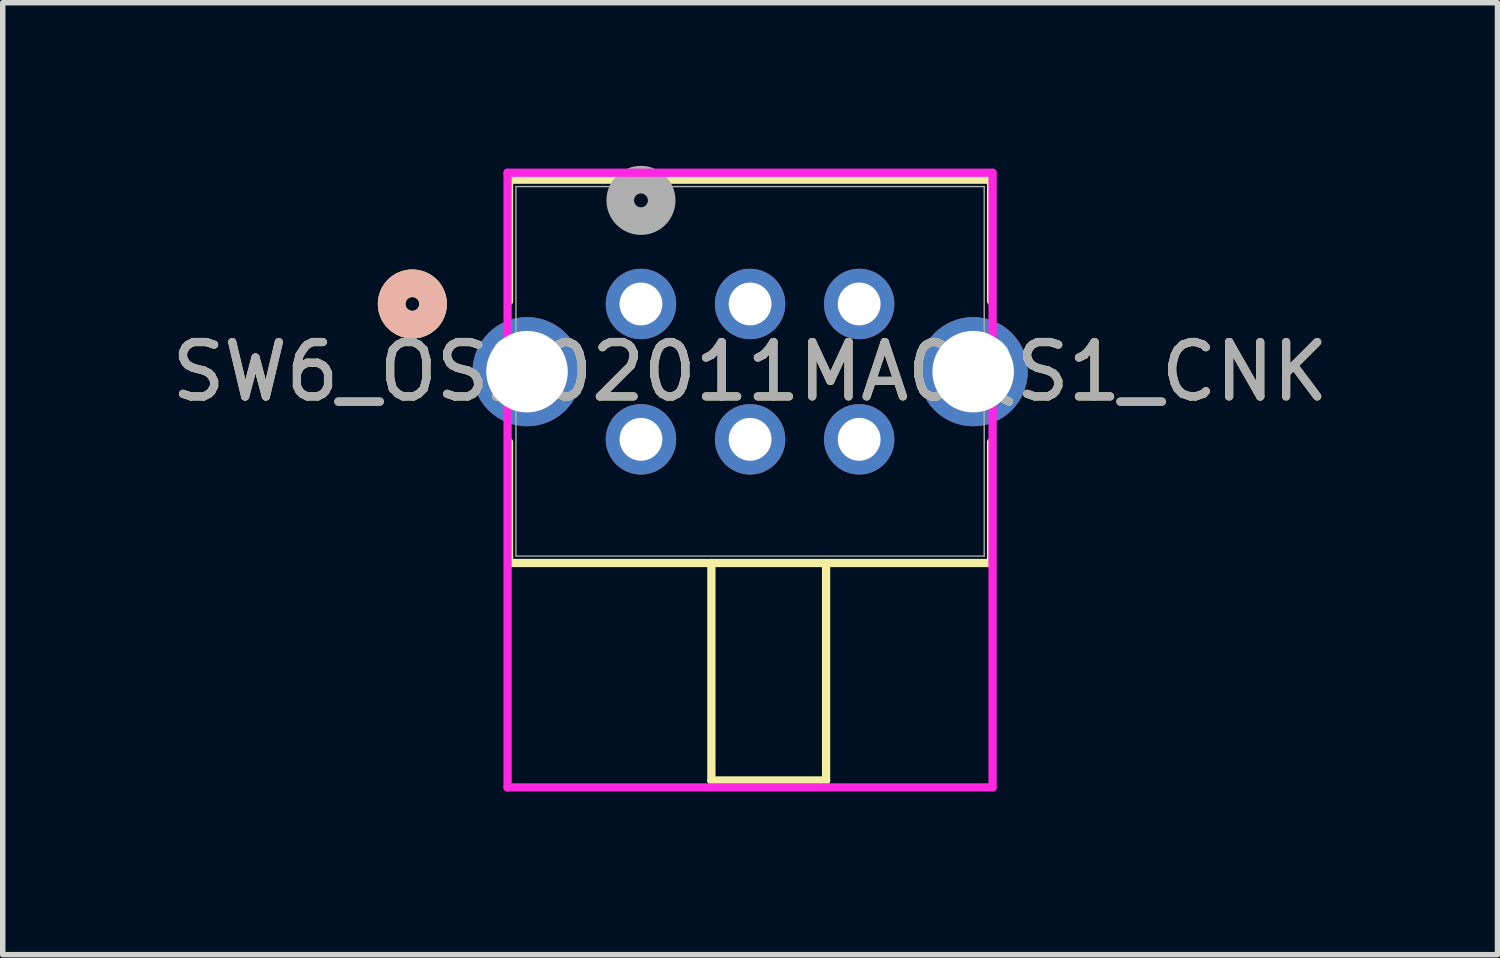
<source format=kicad_pcb>
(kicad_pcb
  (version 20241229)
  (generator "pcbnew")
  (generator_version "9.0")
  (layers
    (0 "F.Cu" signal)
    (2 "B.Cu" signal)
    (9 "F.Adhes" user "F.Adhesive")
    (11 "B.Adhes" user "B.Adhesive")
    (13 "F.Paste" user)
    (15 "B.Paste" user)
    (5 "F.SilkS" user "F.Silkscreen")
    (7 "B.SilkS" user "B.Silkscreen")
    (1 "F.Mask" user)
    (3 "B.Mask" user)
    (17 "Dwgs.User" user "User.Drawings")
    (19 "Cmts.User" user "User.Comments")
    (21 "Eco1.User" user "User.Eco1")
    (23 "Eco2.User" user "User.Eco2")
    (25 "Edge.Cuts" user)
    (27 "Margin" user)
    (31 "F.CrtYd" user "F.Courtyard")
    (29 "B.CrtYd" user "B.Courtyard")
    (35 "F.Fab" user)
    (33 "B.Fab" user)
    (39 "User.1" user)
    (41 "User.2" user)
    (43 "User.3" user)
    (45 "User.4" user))
  (footprint "SW6_OS202011MA0QS1_CNK"
    (layer "F.Cu")
    (at 8.737 2.54)
    (property "Reference" "SW6_OS202011MA0QS1_CNK" (at 2.007 1.245 0) (unlocked yes) (layer "F.SilkS") (effects (font (size 1 1) (thickness 0.15))))
    (attr through_hole)
    (fp_line (start -2.426 -2.286) (end -2.426 -0.05) (stroke (width 0.152) (type solid)) (layer "F.SilkS"))
    (fp_line (start -2.426 2.539) (end -2.426 4.763) (stroke (width 0.152) (type solid)) (layer "F.SilkS"))
    (fp_line (start -2.426 4.763) (end 6.439 4.763) (stroke (width 0.152) (type solid)) (layer "F.SilkS"))
    (fp_line (start 1.295 4.763) (end 1.295 8.763) (stroke (width 0.152) (type solid)) (layer "F.SilkS"))
    (fp_line (start 1.295 8.763) (end 3.404 8.763) (stroke (width 0.152) (type solid)) (layer "F.SilkS"))
    (fp_line (start 3.404 4.763) (end 3.404 8.763) (stroke (width 0.152) (type solid)) (layer "F.SilkS"))
    (fp_line (start 6.439 -2.286) (end -2.426 -2.286) (stroke (width 0.152) (type solid)) (layer "F.SilkS"))
    (fp_line (start 6.439 -0.05) (end 6.439 -2.286) (stroke (width 0.152) (type solid)) (layer "F.SilkS"))
    (fp_line (start 6.439 4.763) (end 6.439 2.539) (stroke (width 0.152) (type solid)) (layer "F.SilkS"))
    (fp_circle (center -4.204 0) (end -3.823 0) (stroke (width 0.508) (type solid)) (fill no) (layer "F.SilkS"))
    (fp_circle (center -4.204 0) (end -3.823 0) (stroke (width 0.508) (type solid)) (fill no) (layer "B.SilkS"))
    (fp_line (start -2.453 -2.413) (end -2.453 8.89) (stroke (width 0.152) (type solid)) (layer "F.CrtYd"))
    (fp_line (start -2.453 8.89) (end 6.466 8.89) (stroke (width 0.152) (type solid)) (layer "F.CrtYd"))
    (fp_line (start 6.466 -2.413) (end -2.453 -2.413) (stroke (width 0.152) (type solid)) (layer "F.CrtYd"))
    (fp_line (start 6.466 8.89) (end 6.466 -2.413) (stroke (width 0.152) (type solid)) (layer "F.CrtYd"))
    (fp_line (start -2.299 -2.159) (end -2.299 4.636) (stroke (width 0.025) (type solid)) (layer "F.Fab"))
    (fp_line (start -2.299 4.636) (end 6.312 4.636) (stroke (width 0.025) (type solid)) (layer "F.Fab"))
    (fp_line (start 6.312 -2.159) (end -2.299 -2.159) (stroke (width 0.025) (type solid)) (layer "F.Fab"))
    (fp_line (start 6.312 4.636) (end 6.312 -2.159) (stroke (width 0.025) (type solid)) (layer "F.Fab"))
    (fp_circle (center 0 -1.905) (end 0.381 -1.905) (stroke (width 0.508) (type solid)) (fill no) (layer "F.Fab"))
    (fp_text user "${REFERENCE}" (at 2.007 1.245 0) (unlocked yes) (layer "F.Fab") (effects (font (size 1 1) (thickness 0.15))))
    (pad "1" thru_hole circle (at 0 0) (size 1.295 1.295) (drill 0.787) (layers "*.Cu" "*.Mask"))
    (pad "2" thru_hole circle (at 2.007 0) (size 1.295 1.295) (drill 0.787) (layers "*.Cu" "*.Mask"))
    (pad "3" thru_hole circle (at 4.013 0) (size 1.295 1.295) (drill 0.787) (layers "*.Cu" "*.Mask"))
    (pad "4" thru_hole circle (at 0 2.489) (size 1.295 1.295) (drill 0.787) (layers "*.Cu" "*.Mask"))
    (pad "5" thru_hole circle (at 2.007 2.489) (size 1.295 1.295) (drill 0.787) (layers "*.Cu" "*.Mask"))
    (pad "6" thru_hole circle (at 4.013 2.489) (size 1.295 1.295) (drill 0.787) (layers "*.Cu" "*.Mask"))
    (pad "7" thru_hole circle (at -2.095 1.245) (size 2.007 2.007) (drill 1.499) (layers "*.Cu" "*.Mask"))
    (pad "8" thru_hole circle (at 6.109 1.245) (size 2.007 2.007) (drill 1.499) (layers "*.Cu" "*.Mask")))
  (gr_rect
    (start -3 -3)
    (end 24.488 14.506)
    (stroke (width 0.1) (type default))
    (fill no)
    (layer "Edge.Cuts")))
</source>
